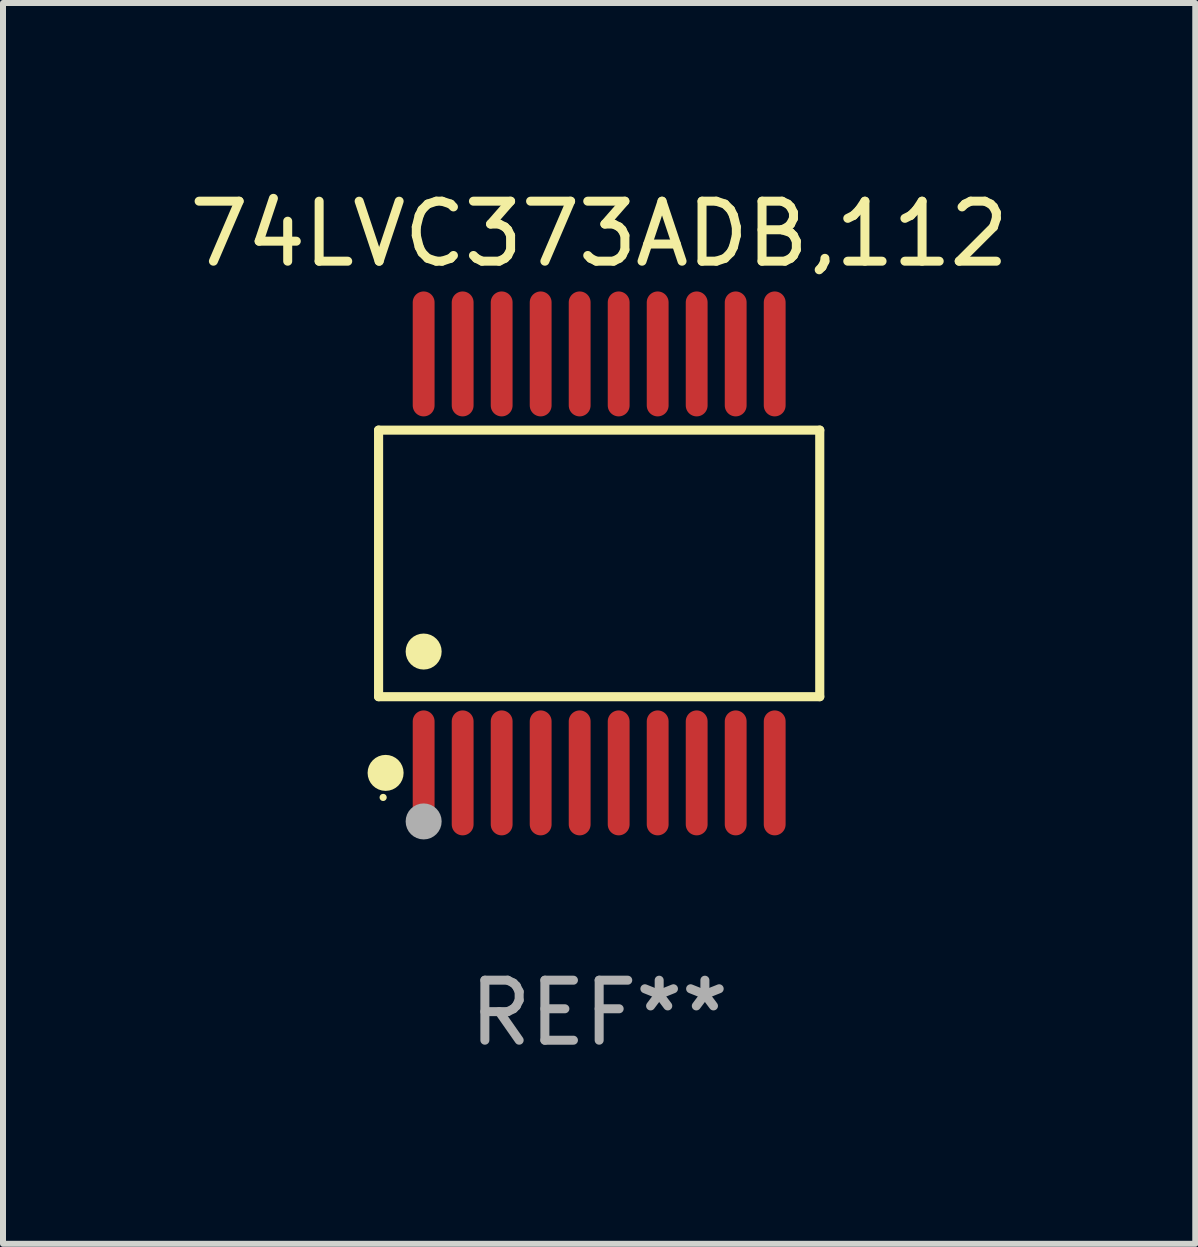
<source format=kicad_pcb>
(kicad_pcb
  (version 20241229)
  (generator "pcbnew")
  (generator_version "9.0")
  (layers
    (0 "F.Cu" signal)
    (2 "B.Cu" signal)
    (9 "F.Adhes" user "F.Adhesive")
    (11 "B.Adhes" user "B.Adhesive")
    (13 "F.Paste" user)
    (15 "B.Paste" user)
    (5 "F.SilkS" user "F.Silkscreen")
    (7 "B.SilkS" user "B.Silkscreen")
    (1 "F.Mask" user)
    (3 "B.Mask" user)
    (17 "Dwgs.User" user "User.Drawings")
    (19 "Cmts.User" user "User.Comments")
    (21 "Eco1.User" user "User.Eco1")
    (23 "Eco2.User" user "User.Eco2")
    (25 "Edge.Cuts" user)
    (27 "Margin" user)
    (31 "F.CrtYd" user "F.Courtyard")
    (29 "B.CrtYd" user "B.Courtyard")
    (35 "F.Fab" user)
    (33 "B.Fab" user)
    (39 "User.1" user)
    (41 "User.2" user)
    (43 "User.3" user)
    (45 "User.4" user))
  (footprint "74LVC373ADB,112"
    (layer "F.Cu")
    (at 6.935 6.339)
    (property "Reference" "74LVC373ADB,112" (at 0 -5.491 0) (layer "F.SilkS") (effects (font (size 1 1) (thickness 0.15))))
    (attr through_hole)
    (fp_line (start -3.676 -2.221) (end 3.676 -2.221) (stroke (width 0.152) (type solid)) (layer "F.SilkS"))
    (fp_line (start -3.676 2.221) (end -3.676 -2.221) (stroke (width 0.152) (type solid)) (layer "F.SilkS"))
    (fp_line (start 3.676 -2.221) (end 3.676 2.221) (stroke (width 0.152) (type solid)) (layer "F.SilkS"))
    (fp_line (start 3.676 2.221) (end -3.676 2.221) (stroke (width 0.152) (type solid)) (layer "F.SilkS"))
    (fp_circle (center -3.6 3.9) (end -3.57 3.9) (stroke (width 0.06) (type solid)) (fill no) (layer "F.SilkS"))
    (fp_circle (center -3.559 3.491) (end -3.409 3.491) (stroke (width 0.3) (type solid)) (fill no) (layer "F.SilkS"))
    (fp_circle (center -2.925 1.469) (end -2.775 1.469) (stroke (width 0.3) (type solid)) (fill no) (layer "F.SilkS"))
    (fp_circle (center -2.925 4.3) (end -2.775 4.3) (stroke (width 0.3) (type solid)) (fill no) (layer "F.Fab"))
    (fp_text user "REF**" (at 0 7.491 0) (layer "F.Fab") (effects (font (size 1 1) (thickness 0.15))))
    (pad "1" smd oval (at -2.925 3.491) (size 0.364 2.082) (layers "F.Cu" "F.Mask" "F.Paste"))
    (pad "2" smd oval (at -2.275 3.491) (size 0.364 2.082) (layers "F.Cu" "F.Mask" "F.Paste"))
    (pad "3" smd oval (at -1.625 3.491) (size 0.364 2.082) (layers "F.Cu" "F.Mask" "F.Paste"))
    (pad "4" smd oval (at -0.975 3.491) (size 0.364 2.082) (layers "F.Cu" "F.Mask" "F.Paste"))
    (pad "5" smd oval (at -0.325 3.491) (size 0.364 2.082) (layers "F.Cu" "F.Mask" "F.Paste"))
    (pad "6" smd oval (at 0.325 3.491) (size 0.364 2.082) (layers "F.Cu" "F.Mask" "F.Paste"))
    (pad "7" smd oval (at 0.975 3.491) (size 0.364 2.082) (layers "F.Cu" "F.Mask" "F.Paste"))
    (pad "8" smd oval (at 1.625 3.491) (size 0.364 2.082) (layers "F.Cu" "F.Mask" "F.Paste"))
    (pad "9" smd oval (at 2.275 3.491) (size 0.364 2.082) (layers "F.Cu" "F.Mask" "F.Paste"))
    (pad "10" smd oval (at 2.925 3.491) (size 0.364 2.082) (layers "F.Cu" "F.Mask" "F.Paste"))
    (pad "11" smd oval (at 2.925 -3.491) (size 0.364 2.082) (layers "F.Cu" "F.Mask" "F.Paste"))
    (pad "12" smd oval (at 2.275 -3.491) (size 0.364 2.082) (layers "F.Cu" "F.Mask" "F.Paste"))
    (pad "13" smd oval (at 1.625 -3.491) (size 0.364 2.082) (layers "F.Cu" "F.Mask" "F.Paste"))
    (pad "14" smd oval (at 0.975 -3.491) (size 0.364 2.082) (layers "F.Cu" "F.Mask" "F.Paste"))
    (pad "15" smd oval (at 0.325 -3.491) (size 0.364 2.082) (layers "F.Cu" "F.Mask" "F.Paste"))
    (pad "16" smd oval (at -0.325 -3.491) (size 0.364 2.082) (layers "F.Cu" "F.Mask" "F.Paste"))
    (pad "17" smd oval (at -0.975 -3.491) (size 0.364 2.082) (layers "F.Cu" "F.Mask" "F.Paste"))
    (pad "18" smd oval (at -1.625 -3.491) (size 0.364 2.082) (layers "F.Cu" "F.Mask" "F.Paste"))
    (pad "19" smd oval (at -2.275 -3.491) (size 0.364 2.082) (layers "F.Cu" "F.Mask" "F.Paste"))
    (pad "20" smd oval (at -2.925 -3.491) (size 0.364 2.082) (layers "F.Cu" "F.Mask" "F.Paste")))
  (gr_rect
    (start -3 -3)
    (end 16.869 17.678)
    (stroke (width 0.1) (type default))
    (fill no)
    (layer "Edge.Cuts")))
</source>
